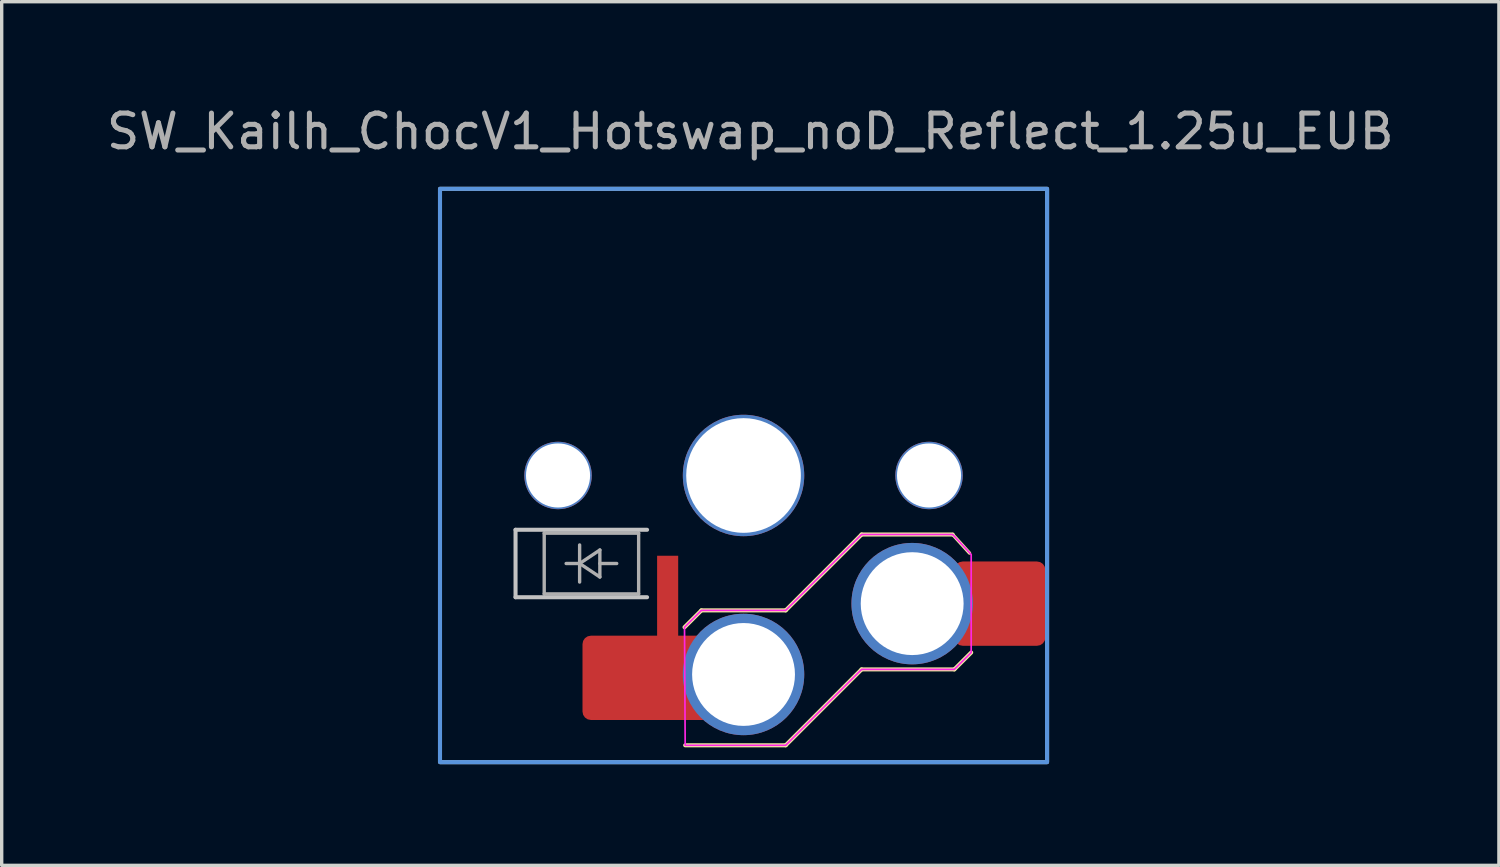
<source format=kicad_pcb>
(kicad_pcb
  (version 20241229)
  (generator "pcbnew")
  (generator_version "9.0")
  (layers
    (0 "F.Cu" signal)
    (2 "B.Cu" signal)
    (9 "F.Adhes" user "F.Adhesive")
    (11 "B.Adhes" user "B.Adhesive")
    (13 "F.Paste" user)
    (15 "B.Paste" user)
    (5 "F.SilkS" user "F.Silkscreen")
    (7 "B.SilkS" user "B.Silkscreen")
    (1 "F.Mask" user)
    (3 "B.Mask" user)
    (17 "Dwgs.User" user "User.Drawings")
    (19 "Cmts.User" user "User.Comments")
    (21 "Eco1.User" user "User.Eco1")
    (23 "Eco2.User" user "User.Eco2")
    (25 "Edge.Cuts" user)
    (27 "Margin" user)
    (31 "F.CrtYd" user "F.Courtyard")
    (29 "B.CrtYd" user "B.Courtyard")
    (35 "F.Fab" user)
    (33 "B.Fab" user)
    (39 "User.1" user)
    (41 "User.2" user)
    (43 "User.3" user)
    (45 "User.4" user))
  (footprint "SW_Kailh_ChocV1_Hotswap_noD_Reflect_1.25u_EUB"
    (layer "F.Cu")
    (at 18.996 11.048)
    (property "Reference" "SW_Kailh_ChocV1_Hotswap_noD_Reflect_1.25u_EUB" (at 0.2 -10.2 180) (layer "F.Fab") (effects (font (size 1 1) (thickness 0.15))))
    (attr smd)
    (fp_line (start -1.73 8) (end 1.25 8) (stroke (width 0.12) (type solid)) (layer "F.SilkS"))
    (fp_line (start -1.25 4) (end -1.75 4.5) (stroke (width 0.12) (type solid)) (layer "F.SilkS"))
    (fp_line (start 1.25 4) (end -1.25 4) (stroke (width 0.12) (type solid)) (layer "F.SilkS"))
    (fp_line (start 1.25 8) (end 3.5 5.75) (stroke (width 0.12) (type solid)) (layer "F.SilkS"))
    (fp_line (start 3.5 1.75) (end 1.25 4) (stroke (width 0.12) (type solid)) (layer "F.SilkS"))
    (fp_line (start 3.5 5.75) (end 6.25 5.75) (stroke (width 0.12) (type solid)) (layer "F.SilkS"))
    (fp_line (start 6.2 1.75) (end 3.5 1.75) (stroke (width 0.12) (type solid)) (layer "F.SilkS"))
    (fp_line (start 6.2 1.75) (end 6.7 2.3) (stroke (width 0.1) (type default)) (layer "F.SilkS"))
    (fp_line (start 6.25 5.75) (end 6.75 5.25) (stroke (width 0.12) (type solid)) (layer "F.SilkS"))
    (fp_line (start -6.76 1.61) (end -2.86 1.61) (stroke (width 0.12) (type solid)) (layer "Dwgs.User"))
    (fp_line (start -6.76 3.61) (end -6.76 1.61) (stroke (width 0.12) (type solid)) (layer "Dwgs.User"))
    (fp_line (start -6.76 3.61) (end -2.86 3.61) (stroke (width 0.12) (type solid)) (layer "Dwgs.User"))
    (fp_rect (start 9 8.5) (end -9 -8.5) (stroke (width 0.12) (type solid)) (fill no) (layer "Dwgs.User"))
    (fp_rect (start -9 -8.5) (end 9 8.5) (stroke (width 0.12) (type solid)) (fill no) (layer "Cmts.User"))
    (fp_line (start -7.25 -7.25) (end 7.25 -7.25) (stroke (width 0.1) (type solid)) (layer "Eco1.User"))
    (fp_line (start -7.25 7.25) (end -7.25 -7.25) (stroke (width 0.1) (type solid)) (layer "Eco1.User"))
    (fp_line (start 7.25 -7.25) (end 7.25 7.25) (stroke (width 0.1) (type solid)) (layer "Eco1.User"))
    (fp_line (start 7.25 7.25) (end -7.25 7.25) (stroke (width 0.1) (type solid)) (layer "Eco1.User"))
    (fp_poly (pts (xy 3.5 1.75) (xy 6.2 1.75) (xy 6.75 2.343) (xy 6.75 5.25) (xy 6.25 5.75) (xy 3.5 5.75) (xy 1.25 8) (xy -1.73 8) (xy -1.75 4.5) (xy -1.25 4) (xy 1.25 4)) (stroke (width 0.05) (type solid)) (fill no) (layer "F.CrtYd"))
    (fp_line (start -5.91 1.71) (end -5.91 3.51) (stroke (width 0.1) (type solid)) (layer "F.Fab"))
    (fp_line (start -5.91 3.51) (end -3.11 3.51) (stroke (width 0.1) (type solid)) (layer "F.Fab"))
    (fp_line (start -5.26 2.61) (end -4.86 2.61) (stroke (width 0.1) (type solid)) (layer "F.Fab"))
    (fp_line (start -4.86 2.61) (end -4.86 2.06) (stroke (width 0.1) (type solid)) (layer "F.Fab"))
    (fp_line (start -4.86 2.61) (end -4.86 3.16) (stroke (width 0.1) (type solid)) (layer "F.Fab"))
    (fp_line (start -4.86 2.61) (end -4.26 3.01) (stroke (width 0.1) (type solid)) (layer "F.Fab"))
    (fp_line (start -4.26 2.21) (end -4.86 2.61) (stroke (width 0.1) (type solid)) (layer "F.Fab"))
    (fp_line (start -4.26 2.61) (end -3.76 2.61) (stroke (width 0.1) (type solid)) (layer "F.Fab"))
    (fp_line (start -4.26 3.01) (end -4.26 2.21) (stroke (width 0.1) (type solid)) (layer "F.Fab"))
    (fp_line (start -3.11 1.71) (end -5.91 1.71) (stroke (width 0.1) (type solid)) (layer "F.Fab"))
    (fp_line (start -3.11 3.51) (end -3.11 1.71) (stroke (width 0.1) (type solid)) (layer "F.Fab"))
    (pad "" np_thru_hole circle (at -5.5 0 180) (size 2 2) (drill 1.9) (layers "*.Cu" "*.Mask"))
    (pad "" smd roundrect (at -3.5 6 180) (size 2.55 2.5) (layers "F.Mask" "F.Paste") (roundrect_rratio 0.1))
    (pad "" np_thru_hole circle (at 0 0 180) (size 3.6 3.6) (drill 3.4) (layers "*.Cu" "*.Mask"))
    (pad "" np_thru_hole circle (at 5.5 0 180) (size 2 2) (drill 1.9) (layers "*.Cu" "*.Mask"))
    (pad "" smd roundrect (at 8 3.8 180) (size 1.9 2.5) (layers "F.Mask" "F.Paste") (roundrect_rratio 0.1))
    (pad "1" thru_hole circle (at 5 3.8 180) (size 3.6 3.6) (drill 3.05) (layers "*.Cu"))
    (pad "1" smd roundrect (at 7.6 3.8 180) (size 2.7 2.5) (layers "F.Cu" "F.Mask" "F.Paste") (roundrect_rratio 0.1))
    (pad "2" smd roundrect (at -2.85 6 180) (size 3.85 2.5) (layers "F.Cu" "F.Mask" "F.Paste") (roundrect_rratio 0.1))
    (pad "2" smd rect (at -2.25 3.75 180) (size 0.625 2.74) (layers "F.Cu" "F.Mask" "F.Paste"))
    (pad "2" thru_hole circle (at 0 5.9 180) (size 3.6 3.6) (drill 3.05) (layers "*.Cu" "B.Mask")))
  (gr_rect
    (start -3 -3)
    (end 41.393 22.608)
    (stroke (width 0.1) (type default))
    (fill no)
    (layer "Edge.Cuts")))
</source>
